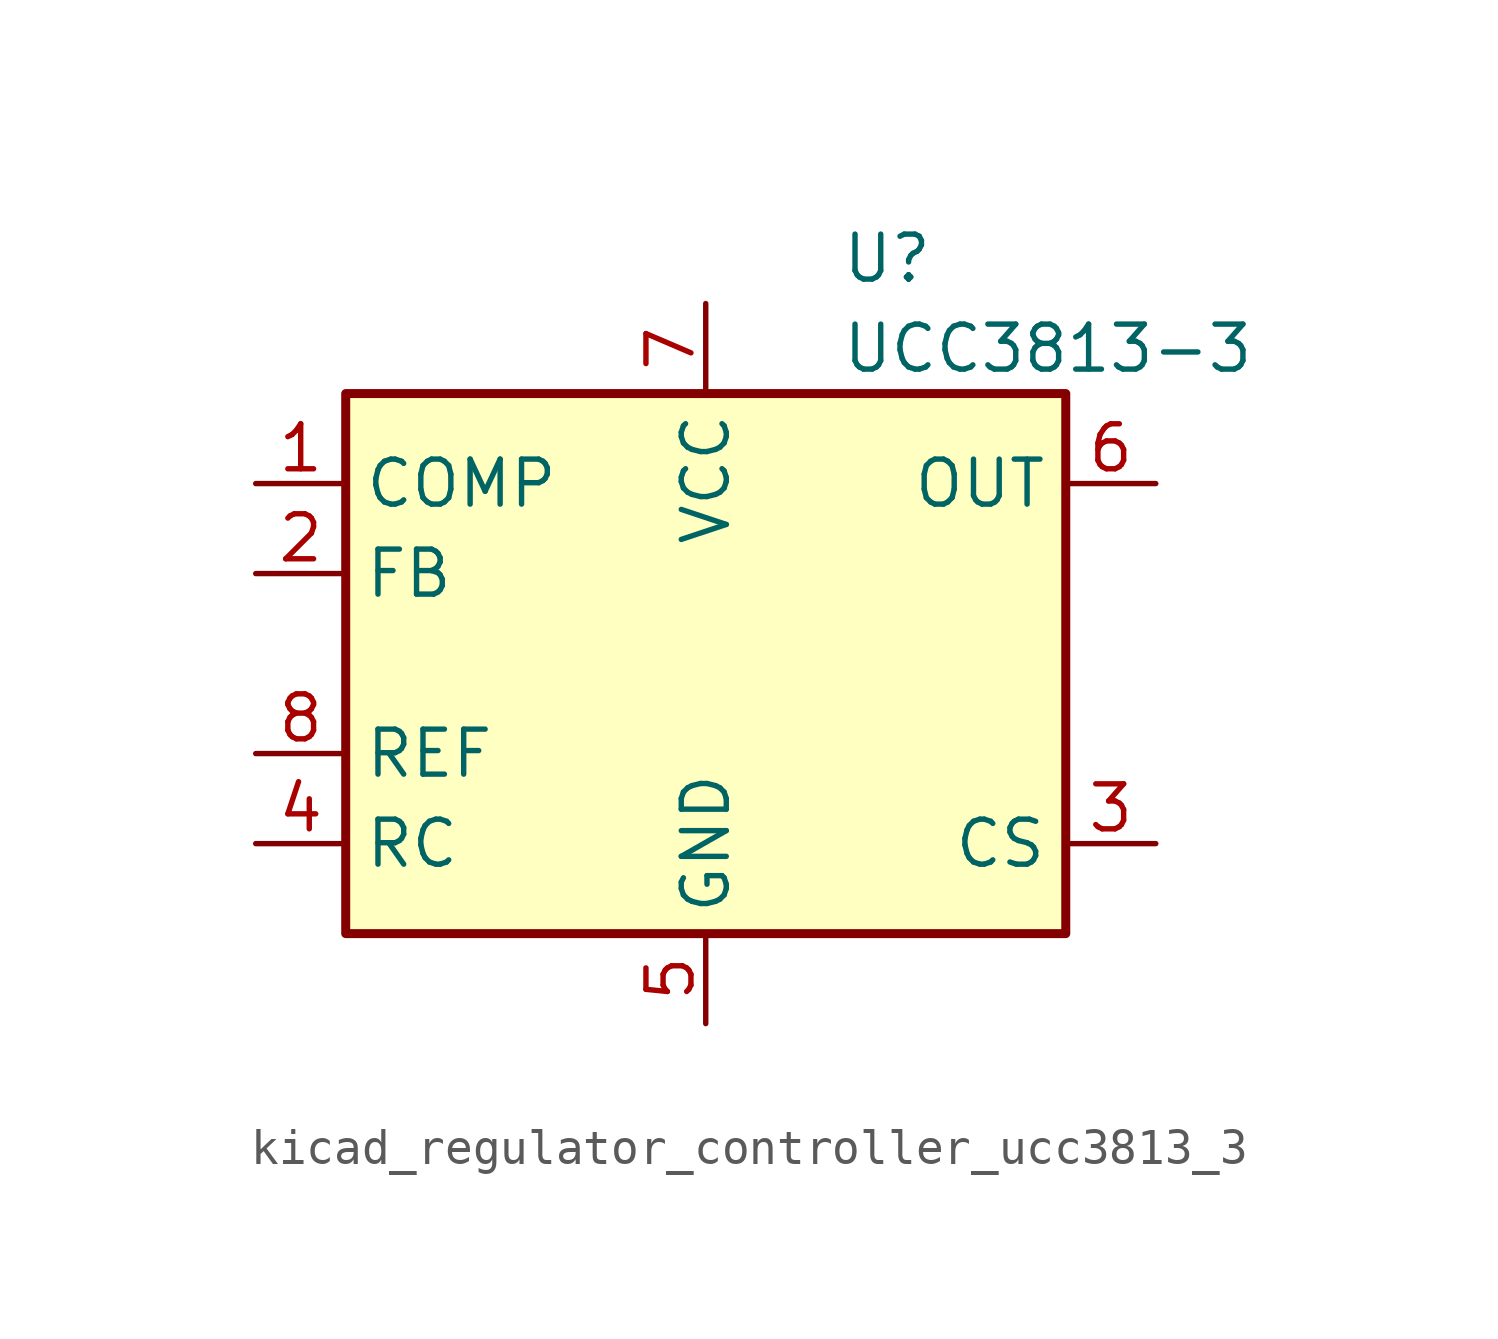
<source format=kicad_sym>
(kicad_symbol_lib
  (version 20220914)
  (generator kicad_symbol_editor)
  (symbol "kicad_regulator_controller_ucc3813_3"
    (property "Reference" "U"
      (at 3.81 11.43 0)
      (effects (font (size 1.27 1.27)) (justify left)))
    (property "Value" "UCC3813-3"
      (at 3.81 8.89 0)
      (effects (font (size 1.27 1.27)) (justify left)))
    (symbol "kicad_regulator_controller_ucc3813_3_0_1"
      (rectangle (start -10.16 -7.62) (end 10.16 7.62) (stroke (width 0.254) (type default)) (fill (type background))))
    (symbol "kicad_regulator_controller_ucc3813_3_1_1"
      (pin passive line (at -12.7 5.08 0) (length 2.54) (name "COMP" (effects (font (size 1.27 1.27)))) (number "1" (effects (font (size 1.27 1.27)))))
      (pin input line (at -12.7 2.54 0) (length 2.54) (name "FB" (effects (font (size 1.27 1.27)))) (number "2" (effects (font (size 1.27 1.27)))))
      (pin input line (at 12.7 -5.08 180) (length 2.54) (name "CS" (effects (font (size 1.27 1.27)))) (number "3" (effects (font (size 1.27 1.27)))))
      (pin passive line (at -12.7 -5.08 0) (length 2.54) (name "RC" (effects (font (size 1.27 1.27)))) (number "4" (effects (font (size 1.27 1.27)))))
      (pin power_in line (at 0 -10.16 90) (length 2.54) (name "GND" (effects (font (size 1.27 1.27)))) (number "5" (effects (font (size 1.27 1.27)))))
      (pin output line (at 12.7 5.08 180) (length 2.54) (name "OUT" (effects (font (size 1.27 1.27)))) (number "6" (effects (font (size 1.27 1.27)))))
      (pin power_in line (at 0 10.16 270) (length 2.54) (name "VCC" (effects (font (size 1.27 1.27)))) (number "7" (effects (font (size 1.27 1.27)))))
      (pin power_in line (at -12.7 -2.54 0) (length 2.54) (name "REF" (effects (font (size 1.27 1.27)))) (number "8" (effects (font (size 1.27 1.27))))))))
</source>
